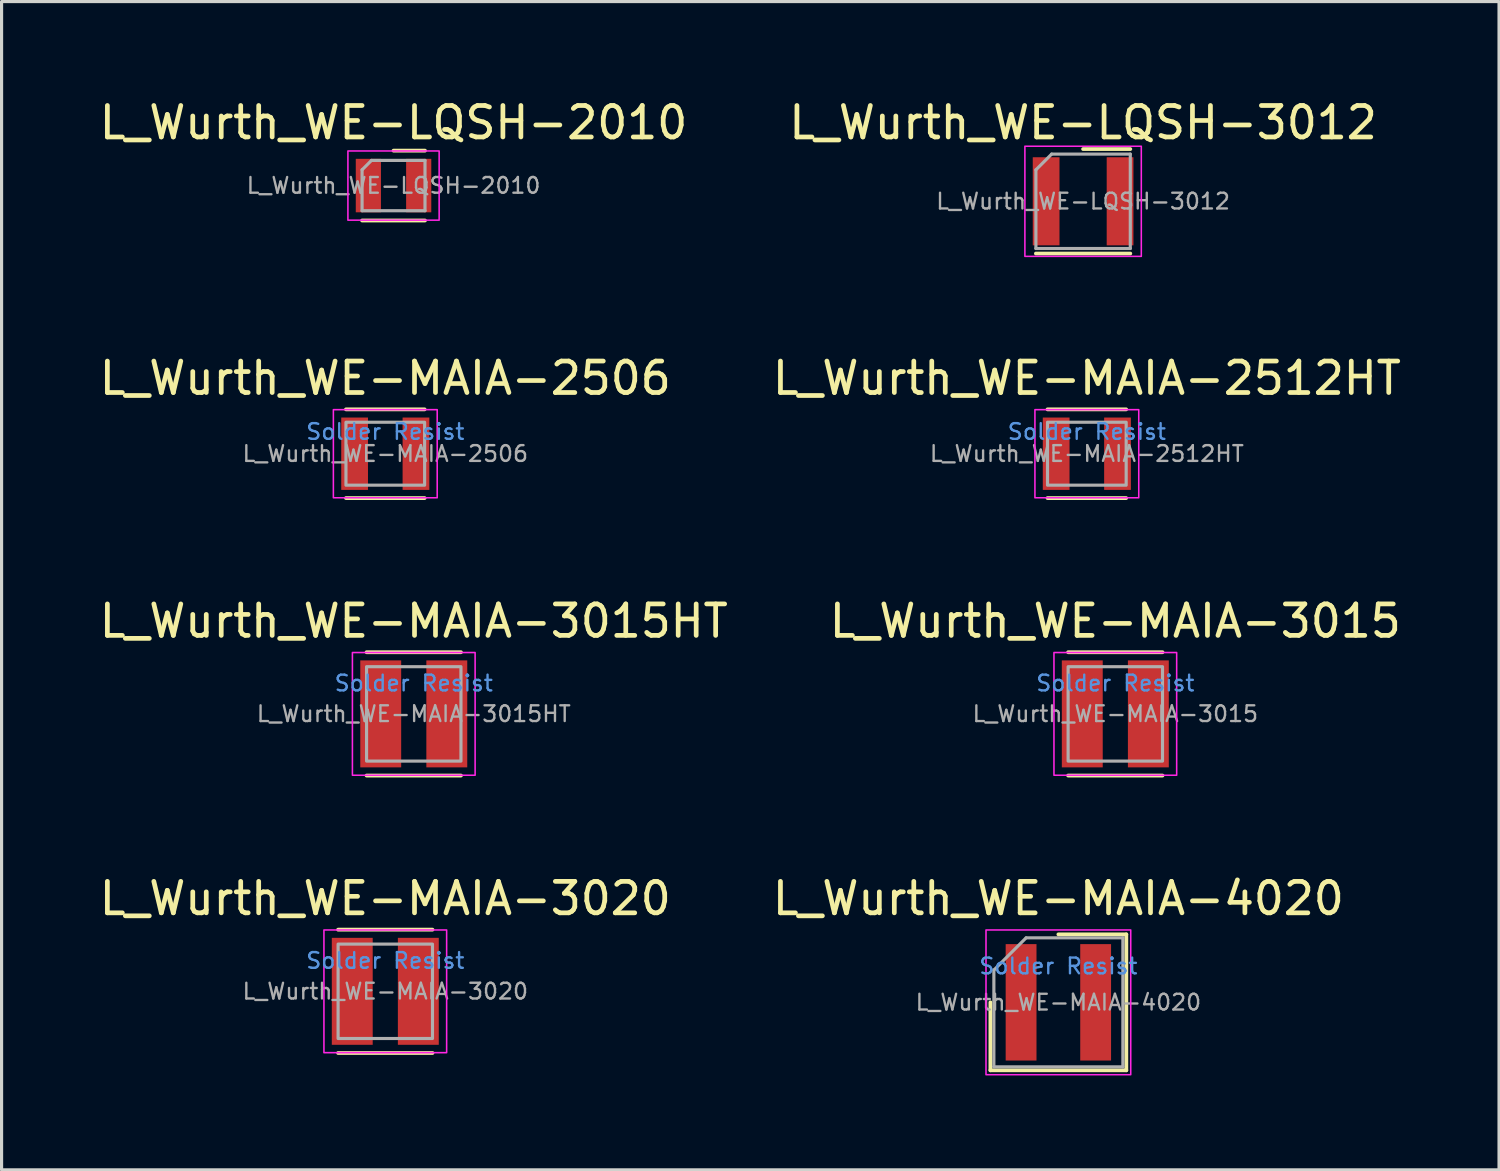
<source format=kicad_pcb>
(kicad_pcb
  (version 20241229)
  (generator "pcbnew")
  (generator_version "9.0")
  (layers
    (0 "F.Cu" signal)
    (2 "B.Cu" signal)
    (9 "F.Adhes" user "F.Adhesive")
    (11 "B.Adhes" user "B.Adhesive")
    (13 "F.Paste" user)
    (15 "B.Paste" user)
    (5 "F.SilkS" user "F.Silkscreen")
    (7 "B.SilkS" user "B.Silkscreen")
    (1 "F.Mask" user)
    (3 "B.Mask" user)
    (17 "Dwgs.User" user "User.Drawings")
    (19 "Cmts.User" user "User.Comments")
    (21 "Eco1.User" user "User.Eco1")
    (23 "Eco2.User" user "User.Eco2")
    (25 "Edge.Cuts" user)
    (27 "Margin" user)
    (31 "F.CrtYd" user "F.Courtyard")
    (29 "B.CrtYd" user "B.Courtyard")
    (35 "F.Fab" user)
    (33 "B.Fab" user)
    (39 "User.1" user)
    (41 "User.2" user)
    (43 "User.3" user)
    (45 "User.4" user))
  (footprint "L_Wurth_WE-MAIA-3015"
    (layer "F.Cu")
    (at 32.399 19.64)
    (property "Reference" "L_Wurth_WE-MAIA-3015" (at 0 -2.95 0) (unlocked yes) (layer "F.SilkS") (effects (font (size 1 1) (thickness 0.15))))
    (attr smd)
    (fp_line (start -1.5 -1.96) (end 1.5 -1.96) (stroke (width 0.12) (type solid)) (layer "F.SilkS"))
    (fp_line (start -1.5 1.96) (end 1.5 1.96) (stroke (width 0.12) (type solid)) (layer "F.SilkS"))
    (fp_rect (start -1.95 -1.95) (end 1.95 1.95) (stroke (width 0.05) (type solid)) (fill no) (layer "F.CrtYd"))
    (fp_rect (start -1.5 -1.5) (end 1.5 1.5) (stroke (width 0.1) (type solid)) (fill no) (layer "F.Fab"))
    (fp_text user "Solder Resist" (at 0 -0.975 0) (unlocked yes) (layer "Cmts.User") (effects (font (size 0.5 0.5) (thickness 0.075))))
    (fp_text user "${REFERENCE}" (at 0 0 0) (unlocked yes) (layer "F.Fab") (effects (font (size 0.5 0.5) (thickness 0.075))))
    (pad "1" smd rect (at -1.05 0) (size 1.3 3.4) (layers "F.Cu" "F.Mask" "F.Paste"))
    (pad "2" smd rect (at 1.05 0) (size 1.3 3.4) (layers "F.Cu" "F.Mask" "F.Paste"))
    (zone (net_name "") (layers "F.Cu" "Dwgs.User") (name "Solder Resist") (hatch full 0.1) (connect_pads) (min_thickness 0.25) (filled_areas_thickness no) (keepout (tracks not_allowed) (vias not_allowed) (pads not_allowed) (copperpour not_allowed) (footprints not_allowed)) (placement (enabled no)) (fill) (polygon (pts (xy 31.999 21.59) (xy 32.799 21.59) (xy 32.799 17.69) (xy 31.999 17.69)))))
  (footprint "L_Wurth_WE-MAIA-3015HT"
    (layer "F.Cu")
    (at 10.101 19.64)
    (property "Reference" "L_Wurth_WE-MAIA-3015HT" (at 0 -2.95 0) (unlocked yes) (layer "F.SilkS") (effects (font (size 1 1) (thickness 0.15))))
    (attr smd)
    (fp_line (start -1.5 -1.96) (end 1.5 -1.96) (stroke (width 0.12) (type solid)) (layer "F.SilkS"))
    (fp_line (start -1.5 1.96) (end 1.5 1.96) (stroke (width 0.12) (type solid)) (layer "F.SilkS"))
    (fp_rect (start -1.95 -1.95) (end 1.95 1.95) (stroke (width 0.05) (type solid)) (fill no) (layer "F.CrtYd"))
    (fp_rect (start -1.5 -1.5) (end 1.5 1.5) (stroke (width 0.1) (type solid)) (fill no) (layer "F.Fab"))
    (fp_text user "Solder Resist" (at 0 -0.975 0) (unlocked yes) (layer "Cmts.User") (effects (font (size 0.5 0.5) (thickness 0.075))))
    (fp_text user "${REFERENCE}" (at 0 0 0) (unlocked yes) (layer "F.Fab") (effects (font (size 0.5 0.5) (thickness 0.075))))
    (pad "1" smd rect (at -1.05 0) (size 1.3 3.4) (layers "F.Cu" "F.Mask" "F.Paste"))
    (pad "2" smd rect (at 1.05 0) (size 1.3 3.4) (layers "F.Cu" "F.Mask" "F.Paste"))
    (zone (net_name "") (layers "F.Cu" "Dwgs.User") (name "Solder Resist") (hatch full 0.1) (connect_pads) (min_thickness 0.25) (filled_areas_thickness no) (keepout (tracks not_allowed) (vias not_allowed) (pads not_allowed) (copperpour not_allowed) (footprints not_allowed)) (placement (enabled no)) (fill) (polygon (pts (xy 9.701 21.59) (xy 10.501 21.59) (xy 10.501 17.69) (xy 9.701 17.69)))))
  (footprint "L_Wurth_WE-MAIA-3020"
    (layer "F.Cu")
    (at 9.196 28.458)
    (property "Reference" "L_Wurth_WE-MAIA-3020" (at 0 -2.95 0) (unlocked yes) (layer "F.SilkS") (effects (font (size 1 1) (thickness 0.15))))
    (attr smd)
    (fp_line (start -1.5 -1.96) (end 1.5 -1.96) (stroke (width 0.12) (type solid)) (layer "F.SilkS"))
    (fp_line (start -1.5 1.96) (end 1.5 1.96) (stroke (width 0.12) (type solid)) (layer "F.SilkS"))
    (fp_rect (start -1.95 -1.95) (end 1.95 1.95) (stroke (width 0.05) (type solid)) (fill no) (layer "F.CrtYd"))
    (fp_rect (start -1.5 -1.5) (end 1.5 1.5) (stroke (width 0.1) (type solid)) (fill no) (layer "F.Fab"))
    (fp_text user "Solder Resist" (at 0 -0.975 0) (unlocked yes) (layer "Cmts.User") (effects (font (size 0.5 0.5) (thickness 0.075))))
    (fp_text user "${REFERENCE}" (at 0 0 0) (unlocked yes) (layer "F.Fab") (effects (font (size 0.5 0.5) (thickness 0.075))))
    (pad "1" smd rect (at -1.05 0) (size 1.3 3.4) (layers "F.Cu" "F.Mask" "F.Paste"))
    (pad "2" smd rect (at 1.05 0) (size 1.3 3.4) (layers "F.Cu" "F.Mask" "F.Paste"))
    (zone (net_name "") (layers "F.Cu" "Dwgs.User") (name "Solder Resist") (hatch full 0.1) (connect_pads) (min_thickness 0.25) (filled_areas_thickness no) (keepout (tracks not_allowed) (vias not_allowed) (pads not_allowed) (copperpour not_allowed) (footprints not_allowed)) (placement (enabled no)) (fill) (polygon (pts (xy 8.796 30.408) (xy 9.596 30.408) (xy 9.596 26.508) (xy 8.796 26.508)))))
  (footprint "L_Wurth_WE-MAIA-2506"
    (layer "F.Cu")
    (at 9.196 11.371)
    (property "Reference" "L_Wurth_WE-MAIA-2506" (at 0 -2.4 0) (unlocked yes) (layer "F.SilkS") (effects (font (size 1 1) (thickness 0.15))))
    (attr smd)
    (fp_line (start -1.25 -1.41) (end 1.25 -1.41) (stroke (width 0.12) (type solid)) (layer "F.SilkS"))
    (fp_line (start -1.25 1.41) (end 1.25 1.41) (stroke (width 0.12) (type solid)) (layer "F.SilkS"))
    (fp_rect (start -1.65 -1.4) (end 1.65 1.4) (stroke (width 0.05) (type solid)) (fill no) (layer "F.CrtYd"))
    (fp_rect (start -1.25 -1) (end 1.25 1) (stroke (width 0.1) (type solid)) (fill no) (layer "F.Fab"))
    (fp_text user "Solder Resist" (at 0 -0.7 0) (unlocked yes) (layer "Cmts.User") (effects (font (size 0.5 0.5) (thickness 0.075))))
    (fp_text user "${REFERENCE}" (at 0 0 0) (unlocked yes) (layer "F.Fab") (effects (font (size 0.5 0.5) (thickness 0.075))))
    (pad "1" smd rect (at -0.975 0) (size 0.85 2.3) (layers "F.Cu" "F.Mask" "F.Paste"))
    (pad "2" smd rect (at 0.975 0) (size 0.85 2.3) (layers "F.Cu" "F.Mask" "F.Paste"))
    (zone (net_name "") (layers "F.Cu" "Dwgs.User") (name "Solder Resist") (hatch full 0.1) (connect_pads) (min_thickness 0.25) (filled_areas_thickness no) (keepout (tracks not_allowed) (vias not_allowed) (pads not_allowed) (copperpour not_allowed) (footprints not_allowed)) (placement (enabled no)) (fill) (polygon (pts (xy 8.646 12.771) (xy 9.746 12.771) (xy 9.746 9.972) (xy 8.646 9.972)))))
  (footprint "L_Wurth_WE-MAIA-2512HT"
    (layer "F.Cu")
    (at 31.494 11.371)
    (property "Reference" "L_Wurth_WE-MAIA-2512HT" (at 0 -2.4 0) (unlocked yes) (layer "F.SilkS") (effects (font (size 1 1) (thickness 0.15))))
    (attr smd)
    (fp_line (start -1.25 -1.41) (end 1.25 -1.41) (stroke (width 0.12) (type solid)) (layer "F.SilkS"))
    (fp_line (start -1.25 1.41) (end 1.25 1.41) (stroke (width 0.12) (type solid)) (layer "F.SilkS"))
    (fp_rect (start -1.65 -1.4) (end 1.65 1.4) (stroke (width 0.05) (type solid)) (fill no) (layer "F.CrtYd"))
    (fp_rect (start -1.25 -1) (end 1.25 1) (stroke (width 0.1) (type solid)) (fill no) (layer "F.Fab"))
    (fp_text user "Solder Resist" (at 0 -0.7 0) (unlocked yes) (layer "Cmts.User") (effects (font (size 0.5 0.5) (thickness 0.075))))
    (fp_text user "${REFERENCE}" (at 0 0 0) (unlocked yes) (layer "F.Fab") (effects (font (size 0.5 0.5) (thickness 0.075))))
    (pad "1" smd rect (at -0.975 0) (size 0.85 2.3) (layers "F.Cu" "F.Mask" "F.Paste"))
    (pad "2" smd rect (at 0.975 0) (size 0.85 2.3) (layers "F.Cu" "F.Mask" "F.Paste"))
    (zone (net_name "") (layers "F.Cu" "Dwgs.User") (name "Solder Resist") (hatch full 0.1) (connect_pads) (min_thickness 0.25) (filled_areas_thickness no) (keepout (tracks not_allowed) (vias not_allowed) (pads not_allowed) (copperpour not_allowed) (footprints not_allowed)) (placement (enabled no)) (fill) (polygon (pts (xy 30.944 12.771) (xy 32.044 12.771) (xy 32.044 9.972) (xy 30.944 9.972)))))
  (footprint "L_Wurth_WE-MAIA-4020"
    (layer "F.Cu")
    (at 30.589 28.808)
    (property "Reference" "L_Wurth_WE-MAIA-4020" (at 0 -3.3 0) (unlocked yes) (layer "F.SilkS") (effects (font (size 1 1) (thickness 0.15))))
    (attr smd)
    (fp_line (start -2.16 2.16) (end -2.16 0) (stroke (width 0.12) (type solid)) (layer "F.SilkS"))
    (fp_line (start -2.16 2.16) (end 2.16 2.16) (stroke (width 0.12) (type solid)) (layer "F.SilkS"))
    (fp_line (start 0 -2.16) (end 2.16 -2.16) (stroke (width 0.12) (type solid)) (layer "F.SilkS"))
    (fp_line (start 2.16 -2.16) (end 2.16 2.16) (stroke (width 0.12) (type solid)) (layer "F.SilkS"))
    (fp_rect (start -2.3 -2.3) (end 2.3 2.3) (stroke (width 0.05) (type solid)) (fill no) (layer "F.CrtYd"))
    (fp_line (start -2.05 -1.025) (end -2.05 2.05) (stroke (width 0.1) (type solid)) (layer "F.Fab"))
    (fp_line (start -2.05 2.05) (end 2.05 2.05) (stroke (width 0.1) (type solid)) (layer "F.Fab"))
    (fp_line (start -1.025 -2.05) (end -2.05 -1.025) (stroke (width 0.1) (type solid)) (layer "F.Fab"))
    (fp_line (start 2.05 -2.05) (end -1.025 -2.05) (stroke (width 0.1) (type solid)) (layer "F.Fab"))
    (fp_line (start 2.05 2.05) (end 2.05 -2.05) (stroke (width 0.1) (type solid)) (layer "F.Fab"))
    (fp_text user "Solder Resist" (at 0 -1.15 0) (unlocked yes) (layer "Cmts.User") (effects (font (size 0.5 0.5) (thickness 0.075))))
    (fp_text user "${REFERENCE}" (at 0 0 0) (unlocked yes) (layer "F.Fab") (effects (font (size 0.5 0.5) (thickness 0.075))))
    (pad "1" smd rect (at -1.185 0) (size 0.98 3.7) (layers "F.Cu" "F.Mask" "F.Paste"))
    (pad "2" smd rect (at 1.185 0) (size 0.98 3.7) (layers "F.Cu" "F.Mask" "F.Paste"))
    (zone (net_name "") (layers "F.Cu" "Dwgs.User") (name "Solder Resist") (hatch full 0.1) (connect_pads) (min_thickness 0.25) (filled_areas_thickness no) (keepout (tracks not_allowed) (vias not_allowed) (pads not_allowed) (copperpour not_allowed) (footprints not_allowed)) (placement (enabled no)) (fill) (polygon (pts (xy 29.894 31.108) (xy 31.284 31.108) (xy 31.284 26.508) (xy 29.894 26.508)))))
  (footprint "L_Wurth_WE-LQSH-3012"
    (layer "F.Cu")
    (at 31.375 3.348)
    (property "Reference" "L_Wurth_WE-LQSH-3012" (at 0 -2.5 0) (unlocked yes) (layer "F.SilkS") (effects (font (size 1 1) (thickness 0.15))))
    (attr smd)
    (fp_line (start -1.5 1.66) (end 1.5 1.66) (stroke (width 0.12) (type solid)) (layer "F.SilkS"))
    (fp_line (start 0 -1.66) (end 1.5 -1.66) (stroke (width 0.12) (type solid)) (layer "F.SilkS"))
    (fp_rect (start -1.85 -1.75) (end 1.85 1.75) (stroke (width 0.05) (type solid)) (fill no) (layer "F.CrtYd"))
    (fp_line (start -1.5 -1) (end -1.5 1.5) (stroke (width 0.1) (type solid)) (layer "F.Fab"))
    (fp_line (start -1.5 -1) (end -1 -1.5) (stroke (width 0.1) (type solid)) (layer "F.Fab"))
    (fp_line (start -1.5 1.5) (end 1.5 1.5) (stroke (width 0.1) (type solid)) (layer "F.Fab"))
    (fp_line (start -1 -1.5) (end 1.5 -1.5) (stroke (width 0.1) (type solid)) (layer "F.Fab"))
    (fp_line (start 1.5 -1.5) (end 1.5 1.5) (stroke (width 0.1) (type solid)) (layer "F.Fab"))
    (fp_text user "${REFERENCE}" (at 0 0 0) (unlocked yes) (layer "F.Fab") (effects (font (size 0.5 0.5) (thickness 0.075))))
    (pad "1" smd rect (at -1.175 0) (size 0.85 2.8) (layers "F.Cu" "F.Mask" "F.Paste"))
    (pad "2" smd rect (at 1.175 0) (size 0.85 2.8) (layers "F.Cu" "F.Mask" "F.Paste")))
  (footprint "L_Wurth_WE-LQSH-2010"
    (layer "F.Cu")
    (at 9.458 2.848)
    (property "Reference" "L_Wurth_WE-LQSH-2010" (at 0 -2 0) (unlocked yes) (layer "F.SilkS") (effects (font (size 1 1) (thickness 0.15))))
    (attr smd)
    (fp_line (start -1 1.11) (end 1 1.11) (stroke (width 0.12) (type solid)) (layer "F.SilkS"))
    (fp_line (start 0 -1.11) (end 1 -1.11) (stroke (width 0.12) (type solid)) (layer "F.SilkS"))
    (fp_rect (start -1.45 -1.1) (end 1.45 1.1) (stroke (width 0.05) (type solid)) (fill no) (layer "F.CrtYd"))
    (fp_line (start -1 -0.5) (end -1 0.8) (stroke (width 0.1) (type solid)) (layer "F.Fab"))
    (fp_line (start -1 0.8) (end 1 0.8) (stroke (width 0.1) (type solid)) (layer "F.Fab"))
    (fp_line (start -0.7 -0.8) (end -1 -0.5) (stroke (width 0.1) (type solid)) (layer "F.Fab"))
    (fp_line (start -0.7 -0.8) (end 1 -0.8) (stroke (width 0.1) (type solid)) (layer "F.Fab"))
    (fp_line (start 1 -0.8) (end 1 0.8) (stroke (width 0.1) (type solid)) (layer "F.Fab"))
    (fp_text user "${REFERENCE}" (at 0 0 0) (unlocked yes) (layer "F.Fab") (effects (font (size 0.5 0.5) (thickness 0.075))))
    (pad "1" smd rect (at -0.8 0) (size 0.8 1.7) (layers "F.Cu" "F.Mask" "F.Paste"))
    (pad "2" smd rect (at 0.8 0) (size 0.8 1.7) (layers "F.Cu" "F.Mask" "F.Paste")))
  (gr_rect
    (start -3 -3)
    (end 44.595 34.133)
    (stroke (width 0.1) (type default))
    (fill no)
    (layer "Edge.Cuts")))
</source>
